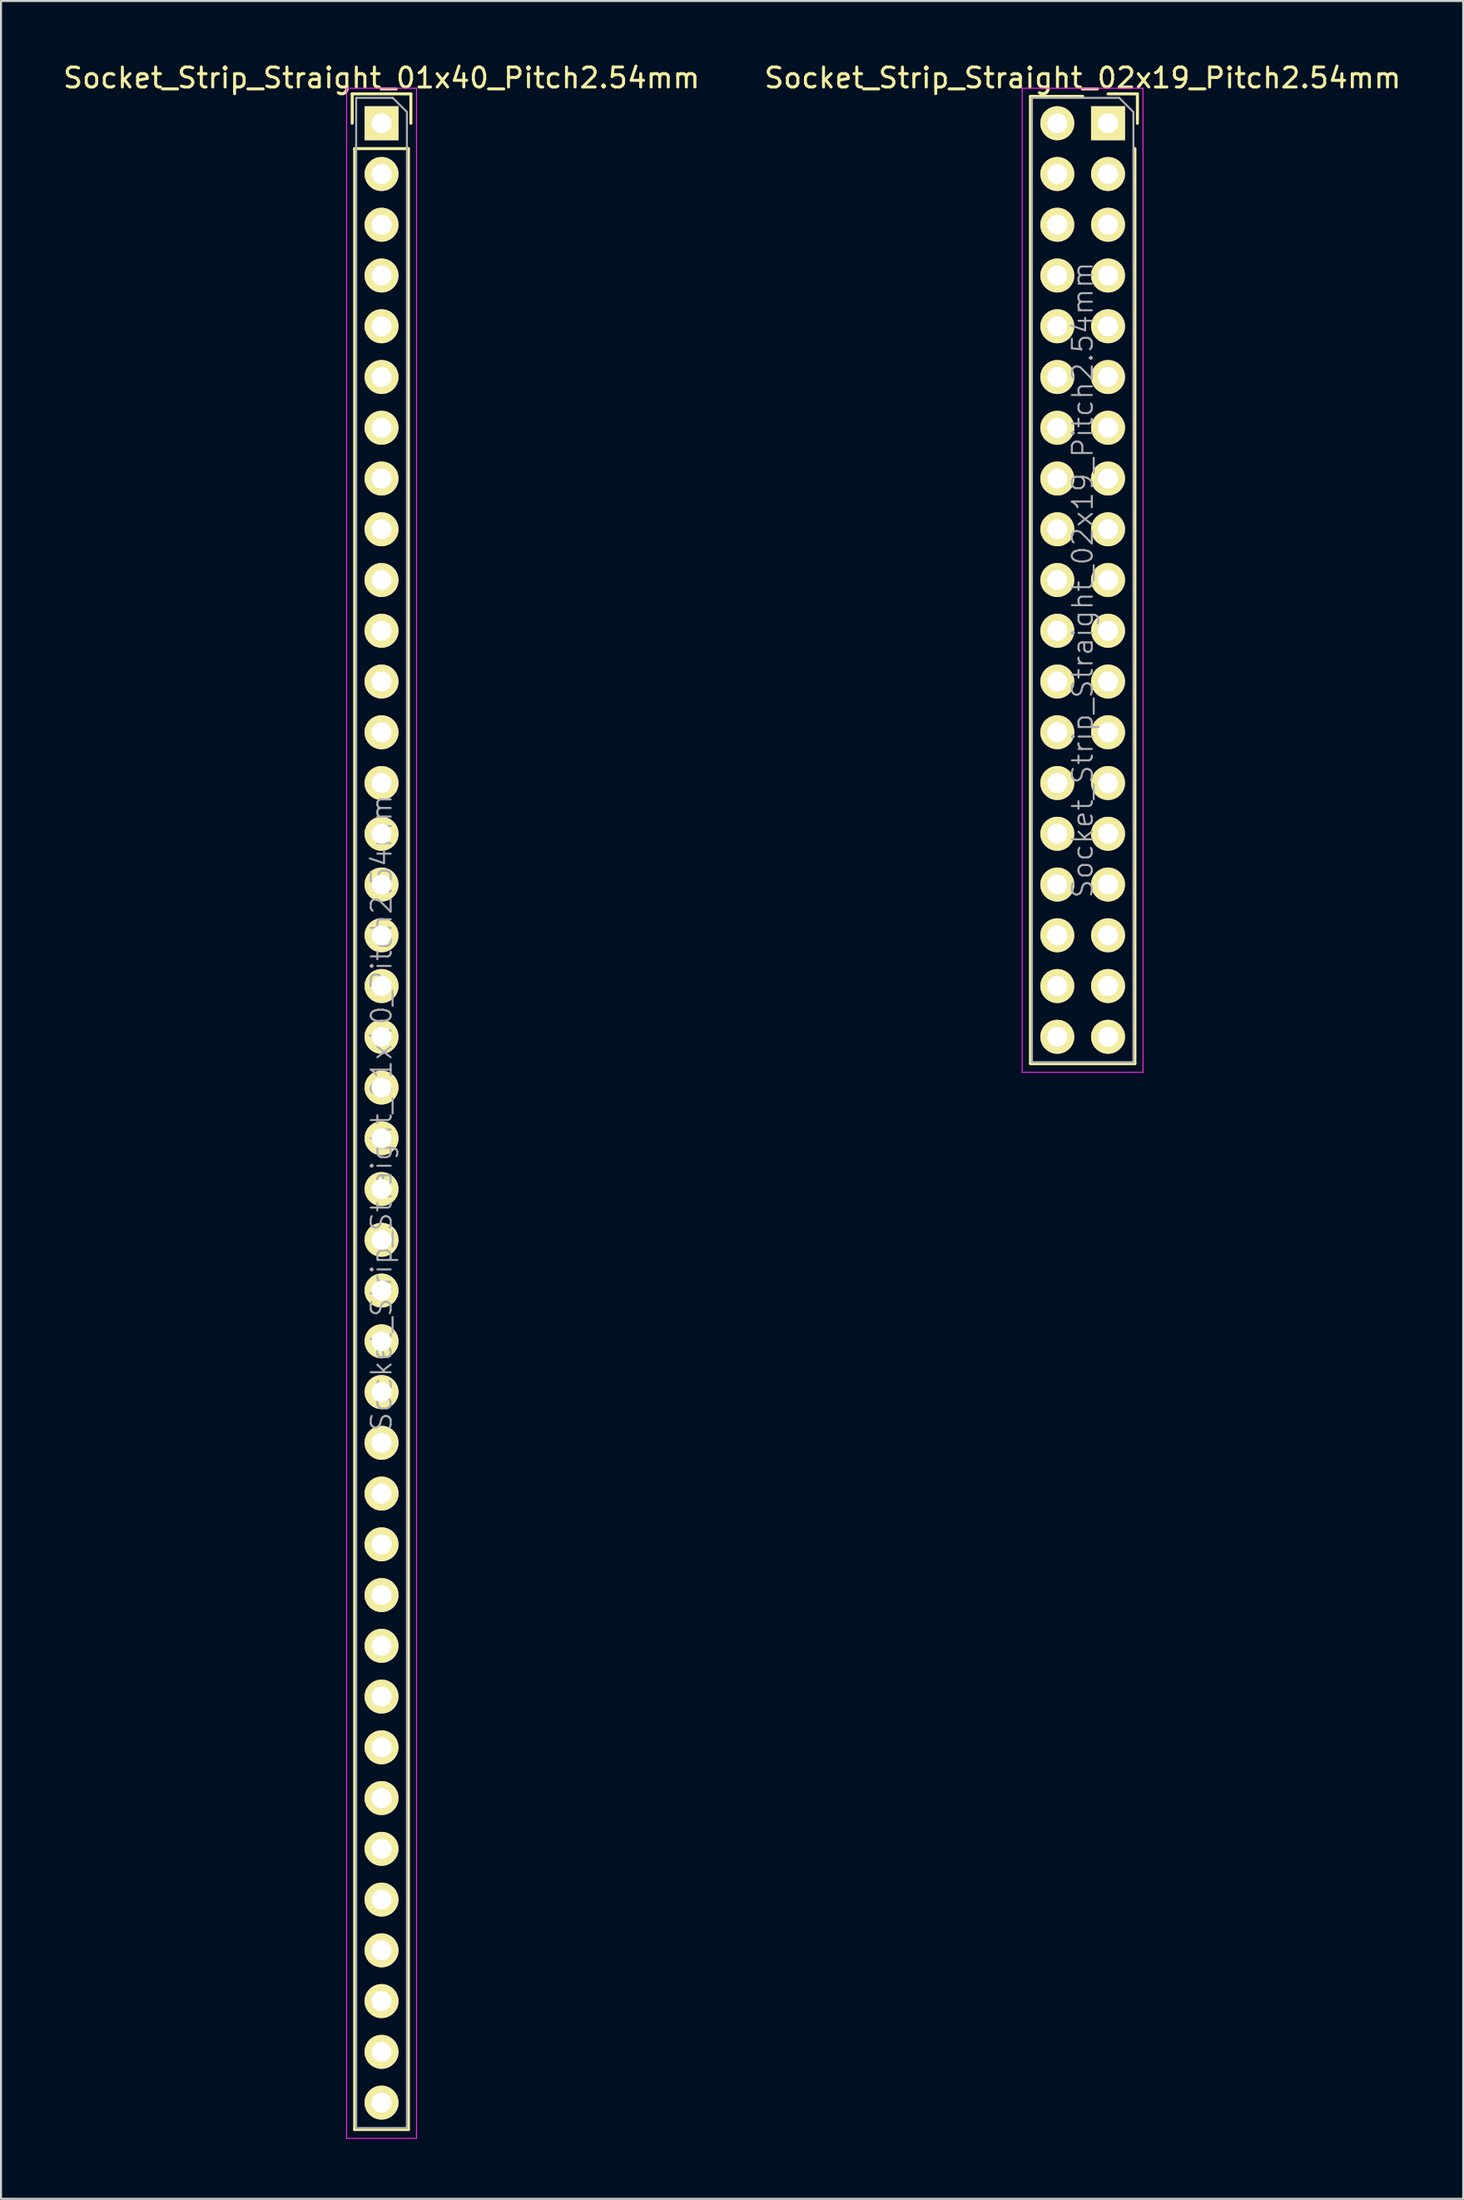
<source format=kicad_pcb>
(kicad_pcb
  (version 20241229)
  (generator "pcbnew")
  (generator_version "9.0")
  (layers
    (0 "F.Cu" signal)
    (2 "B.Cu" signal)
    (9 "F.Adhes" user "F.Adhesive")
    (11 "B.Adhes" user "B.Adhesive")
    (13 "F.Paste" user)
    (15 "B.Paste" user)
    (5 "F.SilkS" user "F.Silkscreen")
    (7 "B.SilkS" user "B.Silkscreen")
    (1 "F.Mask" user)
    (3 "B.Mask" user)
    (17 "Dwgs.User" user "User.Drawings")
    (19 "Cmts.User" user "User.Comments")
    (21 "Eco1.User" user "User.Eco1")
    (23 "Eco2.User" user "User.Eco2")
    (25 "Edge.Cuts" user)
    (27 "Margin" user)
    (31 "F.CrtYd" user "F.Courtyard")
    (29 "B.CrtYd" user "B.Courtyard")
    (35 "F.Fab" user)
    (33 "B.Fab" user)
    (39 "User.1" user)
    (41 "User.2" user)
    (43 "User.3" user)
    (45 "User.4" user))
  (footprint "Socket_Strip_Straight_02x19_Pitch2.54mm"
    (layer "F.Cu")
    (at 52.431 3.118)
    (property "Reference" "Socket_Strip_Straight_02x19_Pitch2.54mm" (at -1.27 -2.27 0) (layer "F.SilkS") (effects (font (size 1 1) (thickness 0.15))))
    (attr smd)
    (fp_line (start -3.885 -1.345) (end -3.885 47.065) (stroke (width 0.15) (type solid)) (layer "F.SilkS"))
    (fp_line (start -1.27 -1.345) (end -3.885 -1.345) (stroke (width 0.15) (type solid)) (layer "F.SilkS"))
    (fp_line (start 1.345 1.27) (end 1.345 47.065) (stroke (width 0.15) (type solid)) (layer "F.SilkS"))
    (fp_line (start 1.345 47.065) (end -3.885 47.065) (stroke (width 0.15) (type solid)) (layer "F.SilkS"))
    (fp_line (start 1.47 -1.47) (end 0 -1.47) (stroke (width 0.15) (type solid)) (layer "F.SilkS"))
    (fp_line (start 1.47 -1.47) (end 1.47 0) (stroke (width 0.15) (type solid)) (layer "F.SilkS"))
    (fp_line (start -4.3 -1.75) (end -4.3 47.5) (stroke (width 0.05) (type solid)) (layer "F.CrtYd"))
    (fp_line (start 1.75 -1.75) (end -4.3 -1.75) (stroke (width 0.05) (type solid)) (layer "F.CrtYd"))
    (fp_line (start 1.75 -1.75) (end 1.75 47.5) (stroke (width 0.05) (type solid)) (layer "F.CrtYd"))
    (fp_line (start 1.75 47.5) (end -4.3 47.5) (stroke (width 0.05) (type solid)) (layer "F.CrtYd"))
    (fp_line (start -3.81 -1.27) (end 0.563 -1.27) (stroke (width 0.1) (type solid)) (layer "F.Fab"))
    (fp_line (start -3.81 46.99) (end -3.81 -1.27) (stroke (width 0.1) (type solid)) (layer "F.Fab"))
    (fp_line (start -3.81 46.99) (end 1.27 46.99) (stroke (width 0.1) (type solid)) (layer "F.Fab"))
    (fp_line (start 1.27 -0.563) (end 0.563 -1.27) (stroke (width 0.1) (type solid)) (layer "F.Fab"))
    (fp_line (start 1.27 46.99) (end 1.27 -0.563) (stroke (width 0.1) (type solid)) (layer "F.Fab"))
    (fp_text user "${REFERENCE}" (at -1.27 22.86 90) (layer "F.Fab") (effects (font (size 1 1) (thickness 0.1))))
    (pad "1" thru_hole rect (at 0 0) (size 1.7 1.7) (drill 1) (layers "*.Cu" "*.Mask" "F.SilkS"))
    (pad "2" thru_hole oval (at -2.54 0) (size 1.7 1.7) (drill 1) (layers "*.Cu" "*.Mask" "F.SilkS"))
    (pad "3" thru_hole oval (at 0 2.54) (size 1.7 1.7) (drill 1) (layers "*.Cu" "*.Mask" "F.SilkS"))
    (pad "4" thru_hole oval (at -2.54 2.54) (size 1.7 1.7) (drill 1) (layers "*.Cu" "*.Mask" "F.SilkS"))
    (pad "5" thru_hole oval (at 0 5.08) (size 1.7 1.7) (drill 1) (layers "*.Cu" "*.Mask" "F.SilkS"))
    (pad "6" thru_hole oval (at -2.54 5.08) (size 1.7 1.7) (drill 1) (layers "*.Cu" "*.Mask" "F.SilkS"))
    (pad "7" thru_hole oval (at 0 7.62) (size 1.7 1.7) (drill 1) (layers "*.Cu" "*.Mask" "F.SilkS"))
    (pad "8" thru_hole oval (at -2.54 7.62) (size 1.7 1.7) (drill 1) (layers "*.Cu" "*.Mask" "F.SilkS"))
    (pad "9" thru_hole oval (at 0 10.16) (size 1.7 1.7) (drill 1) (layers "*.Cu" "*.Mask" "F.SilkS"))
    (pad "10" thru_hole oval (at -2.54 10.16) (size 1.7 1.7) (drill 1) (layers "*.Cu" "*.Mask" "F.SilkS"))
    (pad "11" thru_hole oval (at 0 12.7) (size 1.7 1.7) (drill 1) (layers "*.Cu" "*.Mask" "F.SilkS"))
    (pad "12" thru_hole oval (at -2.54 12.7) (size 1.7 1.7) (drill 1) (layers "*.Cu" "*.Mask" "F.SilkS"))
    (pad "13" thru_hole oval (at 0 15.24) (size 1.7 1.7) (drill 1) (layers "*.Cu" "*.Mask" "F.SilkS"))
    (pad "14" thru_hole oval (at -2.54 15.24) (size 1.7 1.7) (drill 1) (layers "*.Cu" "*.Mask" "F.SilkS"))
    (pad "15" thru_hole oval (at 0 17.78) (size 1.7 1.7) (drill 1) (layers "*.Cu" "*.Mask" "F.SilkS"))
    (pad "16" thru_hole oval (at -2.54 17.78) (size 1.7 1.7) (drill 1) (layers "*.Cu" "*.Mask" "F.SilkS"))
    (pad "17" thru_hole oval (at 0 20.32) (size 1.7 1.7) (drill 1) (layers "*.Cu" "*.Mask" "F.SilkS"))
    (pad "18" thru_hole oval (at -2.54 20.32) (size 1.7 1.7) (drill 1) (layers "*.Cu" "*.Mask" "F.SilkS"))
    (pad "19" thru_hole oval (at 0 22.86) (size 1.7 1.7) (drill 1) (layers "*.Cu" "*.Mask" "F.SilkS"))
    (pad "20" thru_hole oval (at -2.54 22.86) (size 1.7 1.7) (drill 1) (layers "*.Cu" "*.Mask" "F.SilkS"))
    (pad "21" thru_hole oval (at 0 25.4) (size 1.7 1.7) (drill 1) (layers "*.Cu" "*.Mask" "F.SilkS"))
    (pad "22" thru_hole oval (at -2.54 25.4) (size 1.7 1.7) (drill 1) (layers "*.Cu" "*.Mask" "F.SilkS"))
    (pad "23" thru_hole oval (at 0 27.94) (size 1.7 1.7) (drill 1) (layers "*.Cu" "*.Mask" "F.SilkS"))
    (pad "24" thru_hole oval (at -2.54 27.94) (size 1.7 1.7) (drill 1) (layers "*.Cu" "*.Mask" "F.SilkS"))
    (pad "25" thru_hole oval (at 0 30.48) (size 1.7 1.7) (drill 1) (layers "*.Cu" "*.Mask" "F.SilkS"))
    (pad "26" thru_hole oval (at -2.54 30.48) (size 1.7 1.7) (drill 1) (layers "*.Cu" "*.Mask" "F.SilkS"))
    (pad "27" thru_hole oval (at 0 33.02) (size 1.7 1.7) (drill 1) (layers "*.Cu" "*.Mask" "F.SilkS"))
    (pad "28" thru_hole oval (at -2.54 33.02) (size 1.7 1.7) (drill 1) (layers "*.Cu" "*.Mask" "F.SilkS"))
    (pad "29" thru_hole oval (at 0 35.56) (size 1.7 1.7) (drill 1) (layers "*.Cu" "*.Mask" "F.SilkS"))
    (pad "30" thru_hole oval (at -2.54 35.56) (size 1.7 1.7) (drill 1) (layers "*.Cu" "*.Mask" "F.SilkS"))
    (pad "31" thru_hole oval (at 0 38.1) (size 1.7 1.7) (drill 1) (layers "*.Cu" "*.Mask" "F.SilkS"))
    (pad "32" thru_hole oval (at -2.54 38.1) (size 1.7 1.7) (drill 1) (layers "*.Cu" "*.Mask" "F.SilkS"))
    (pad "33" thru_hole oval (at 0 40.64) (size 1.7 1.7) (drill 1) (layers "*.Cu" "*.Mask" "F.SilkS"))
    (pad "34" thru_hole oval (at -2.54 40.64) (size 1.7 1.7) (drill 1) (layers "*.Cu" "*.Mask" "F.SilkS"))
    (pad "35" thru_hole oval (at 0 43.18) (size 1.7 1.7) (drill 1) (layers "*.Cu" "*.Mask" "F.SilkS"))
    (pad "36" thru_hole oval (at -2.54 43.18) (size 1.7 1.7) (drill 1) (layers "*.Cu" "*.Mask" "F.SilkS"))
    (pad "37" thru_hole oval (at 0 45.72) (size 1.7 1.7) (drill 1) (layers "*.Cu" "*.Mask" "F.SilkS"))
    (pad "38" thru_hole oval (at -2.54 45.72) (size 1.7 1.7) (drill 1) (layers "*.Cu" "*.Mask" "F.SilkS")))
  (footprint "Socket_Strip_Straight_01x40_Pitch2.54mm"
    (layer "F.Cu")
    (at 16.054 3.118)
    (property "Reference" "Socket_Strip_Straight_01x40_Pitch2.54mm" (at 0 -2.27 0) (layer "F.SilkS") (effects (font (size 1 1) (thickness 0.15))))
    (attr smd)
    (fp_line (start -1.47 -1.47) (end -1.47 0) (stroke (width 0.15) (type solid)) (layer "F.SilkS"))
    (fp_line (start -1.47 -1.47) (end 1.47 -1.47) (stroke (width 0.15) (type solid)) (layer "F.SilkS"))
    (fp_line (start -1.345 1.27) (end -1.345 100.41) (stroke (width 0.15) (type solid)) (layer "F.SilkS"))
    (fp_line (start -1.345 1.27) (end 1.345 1.27) (stroke (width 0.15) (type solid)) (layer "F.SilkS"))
    (fp_line (start -1.345 100.41) (end 1.345 100.41) (stroke (width 0.15) (type solid)) (layer "F.SilkS"))
    (fp_line (start 1.345 1.27) (end 1.345 100.41) (stroke (width 0.15) (type solid)) (layer "F.SilkS"))
    (fp_line (start 1.47 -1.47) (end 1.47 0) (stroke (width 0.15) (type solid)) (layer "F.SilkS"))
    (fp_line (start -1.75 -1.75) (end -1.75 100.85) (stroke (width 0.05) (type solid)) (layer "F.CrtYd"))
    (fp_line (start 1.75 -1.75) (end -1.75 -1.75) (stroke (width 0.05) (type solid)) (layer "F.CrtYd"))
    (fp_line (start 1.75 -1.75) (end 1.75 100.85) (stroke (width 0.05) (type solid)) (layer "F.CrtYd"))
    (fp_line (start 1.75 100.85) (end -1.75 100.85) (stroke (width 0.05) (type solid)) (layer "F.CrtYd"))
    (fp_line (start -1.27 -1.27) (end 0.563 -1.27) (stroke (width 0.1) (type solid)) (layer "F.Fab"))
    (fp_line (start -1.27 100.33) (end -1.27 -1.27) (stroke (width 0.1) (type solid)) (layer "F.Fab"))
    (fp_line (start -1.27 100.33) (end 1.27 100.33) (stroke (width 0.1) (type solid)) (layer "F.Fab"))
    (fp_line (start 1.27 -0.563) (end 0.563 -1.27) (stroke (width 0.1) (type solid)) (layer "F.Fab"))
    (fp_line (start 1.27 100.33) (end 1.27 -0.563) (stroke (width 0.1) (type solid)) (layer "F.Fab"))
    (fp_text user "${REFERENCE}" (at 0 49.53 90) (layer "F.Fab") (effects (font (size 1 1) (thickness 0.1))))
    (pad "1" thru_hole rect (at 0 0) (size 1.7 1.7) (drill 1) (layers "*.Cu" "*.Mask" "F.SilkS"))
    (pad "2" thru_hole oval (at 0 2.54) (size 1.7 1.7) (drill 1) (layers "*.Cu" "*.Mask" "F.SilkS"))
    (pad "3" thru_hole oval (at 0 5.08) (size 1.7 1.7) (drill 1) (layers "*.Cu" "*.Mask" "F.SilkS"))
    (pad "4" thru_hole oval (at 0 7.62) (size 1.7 1.7) (drill 1) (layers "*.Cu" "*.Mask" "F.SilkS"))
    (pad "5" thru_hole oval (at 0 10.16) (size 1.7 1.7) (drill 1) (layers "*.Cu" "*.Mask" "F.SilkS"))
    (pad "6" thru_hole oval (at 0 12.7) (size 1.7 1.7) (drill 1) (layers "*.Cu" "*.Mask" "F.SilkS"))
    (pad "7" thru_hole oval (at 0 15.24) (size 1.7 1.7) (drill 1) (layers "*.Cu" "*.Mask" "F.SilkS"))
    (pad "8" thru_hole oval (at 0 17.78) (size 1.7 1.7) (drill 1) (layers "*.Cu" "*.Mask" "F.SilkS"))
    (pad "9" thru_hole oval (at 0 20.32) (size 1.7 1.7) (drill 1) (layers "*.Cu" "*.Mask" "F.SilkS"))
    (pad "10" thru_hole oval (at 0 22.86) (size 1.7 1.7) (drill 1) (layers "*.Cu" "*.Mask" "F.SilkS"))
    (pad "11" thru_hole oval (at 0 25.4) (size 1.7 1.7) (drill 1) (layers "*.Cu" "*.Mask" "F.SilkS"))
    (pad "12" thru_hole oval (at 0 27.94) (size 1.7 1.7) (drill 1) (layers "*.Cu" "*.Mask" "F.SilkS"))
    (pad "13" thru_hole oval (at 0 30.48) (size 1.7 1.7) (drill 1) (layers "*.Cu" "*.Mask" "F.SilkS"))
    (pad "14" thru_hole oval (at 0 33.02) (size 1.7 1.7) (drill 1) (layers "*.Cu" "*.Mask" "F.SilkS"))
    (pad "15" thru_hole oval (at 0 35.56) (size 1.7 1.7) (drill 1) (layers "*.Cu" "*.Mask" "F.SilkS"))
    (pad "16" thru_hole oval (at 0 38.1) (size 1.7 1.7) (drill 1) (layers "*.Cu" "*.Mask" "F.SilkS"))
    (pad "17" thru_hole oval (at 0 40.64) (size 1.7 1.7) (drill 1) (layers "*.Cu" "*.Mask" "F.SilkS"))
    (pad "18" thru_hole oval (at 0 43.18) (size 1.7 1.7) (drill 1) (layers "*.Cu" "*.Mask" "F.SilkS"))
    (pad "19" thru_hole oval (at 0 45.72) (size 1.7 1.7) (drill 1) (layers "*.Cu" "*.Mask" "F.SilkS"))
    (pad "20" thru_hole oval (at 0 48.26) (size 1.7 1.7) (drill 1) (layers "*.Cu" "*.Mask" "F.SilkS"))
    (pad "21" thru_hole oval (at 0 50.8) (size 1.7 1.7) (drill 1) (layers "*.Cu" "*.Mask" "F.SilkS"))
    (pad "22" thru_hole oval (at 0 53.34) (size 1.7 1.7) (drill 1) (layers "*.Cu" "*.Mask" "F.SilkS"))
    (pad "23" thru_hole oval (at 0 55.88) (size 1.7 1.7) (drill 1) (layers "*.Cu" "*.Mask" "F.SilkS"))
    (pad "24" thru_hole oval (at 0 58.42) (size 1.7 1.7) (drill 1) (layers "*.Cu" "*.Mask" "F.SilkS"))
    (pad "25" thru_hole oval (at 0 60.96) (size 1.7 1.7) (drill 1) (layers "*.Cu" "*.Mask" "F.SilkS"))
    (pad "26" thru_hole oval (at 0 63.5) (size 1.7 1.7) (drill 1) (layers "*.Cu" "*.Mask" "F.SilkS"))
    (pad "27" thru_hole oval (at 0 66.04) (size 1.7 1.7) (drill 1) (layers "*.Cu" "*.Mask" "F.SilkS"))
    (pad "28" thru_hole oval (at 0 68.58) (size 1.7 1.7) (drill 1) (layers "*.Cu" "*.Mask" "F.SilkS"))
    (pad "29" thru_hole oval (at 0 71.12) (size 1.7 1.7) (drill 1) (layers "*.Cu" "*.Mask" "F.SilkS"))
    (pad "30" thru_hole oval (at 0 73.66) (size 1.7 1.7) (drill 1) (layers "*.Cu" "*.Mask" "F.SilkS"))
    (pad "31" thru_hole oval (at 0 76.2) (size 1.7 1.7) (drill 1) (layers "*.Cu" "*.Mask" "F.SilkS"))
    (pad "32" thru_hole oval (at 0 78.74) (size 1.7 1.7) (drill 1) (layers "*.Cu" "*.Mask" "F.SilkS"))
    (pad "33" thru_hole oval (at 0 81.28) (size 1.7 1.7) (drill 1) (layers "*.Cu" "*.Mask" "F.SilkS"))
    (pad "34" thru_hole oval (at 0 83.82) (size 1.7 1.7) (drill 1) (layers "*.Cu" "*.Mask" "F.SilkS"))
    (pad "35" thru_hole oval (at 0 86.36) (size 1.7 1.7) (drill 1) (layers "*.Cu" "*.Mask" "F.SilkS"))
    (pad "36" thru_hole oval (at 0 88.9) (size 1.7 1.7) (drill 1) (layers "*.Cu" "*.Mask" "F.SilkS"))
    (pad "37" thru_hole oval (at 0 91.44) (size 1.7 1.7) (drill 1) (layers "*.Cu" "*.Mask" "F.SilkS"))
    (pad "38" thru_hole oval (at 0 93.98) (size 1.7 1.7) (drill 1) (layers "*.Cu" "*.Mask" "F.SilkS"))
    (pad "39" thru_hole oval (at 0 96.52) (size 1.7 1.7) (drill 1) (layers "*.Cu" "*.Mask" "F.SilkS"))
    (pad "40" thru_hole oval (at 0 99.06) (size 1.7 1.7) (drill 1) (layers "*.Cu" "*.Mask" "F.SilkS")))
  (gr_rect
    (start -3 -3)
    (end 70.214 106.993)
    (stroke (width 0.1) (type default))
    (fill no)
    (layer "Edge.Cuts")))
</source>
